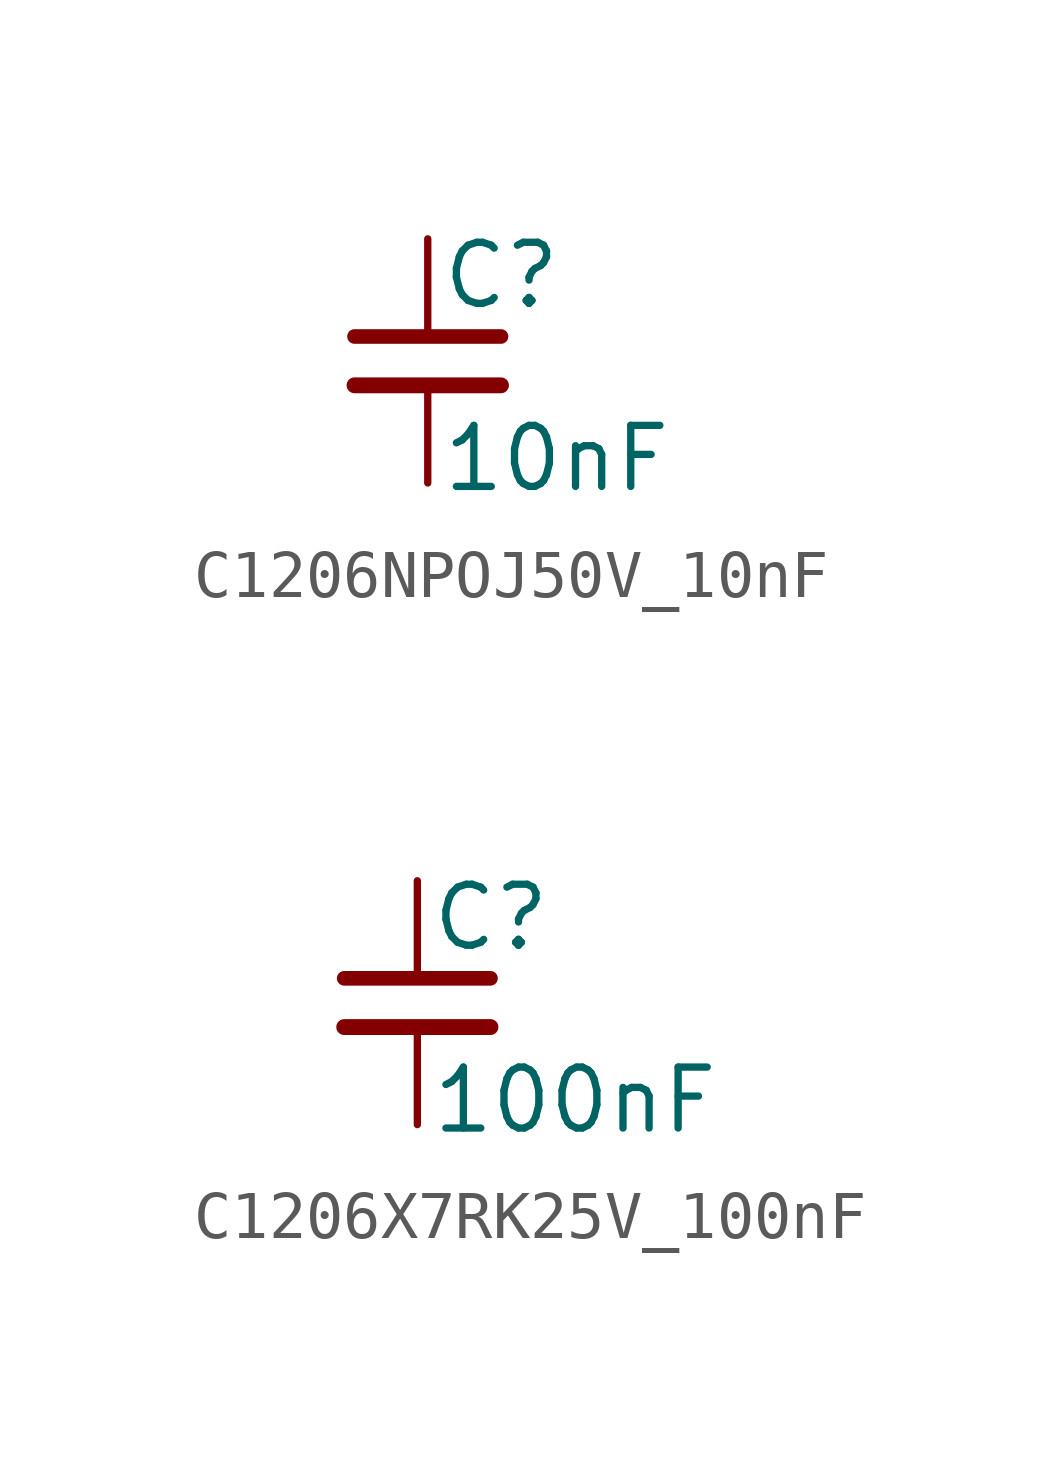
<source format=kicad_sym>
(kicad_symbol_lib
  (version 20220914)
  (generator kicad_symbol_editor)
  (symbol "C1206NPOJ50V_10nF"
    (pin_numbers hide)
    (pin_names
      (offset 0.254) hide)
    (property "Reference" "C"
      (at 0.254 1.778 0)
      (effects (font (size 1.27 1.27)) (justify left)))
    (property "Value" "10nF"
      (at 0.254 -2.032 0)
      (effects (font (size 1.27 1.27)) (justify left)))
    (symbol "C1206NPOJ50V_10nF_0_1"
      (polyline (pts (xy -1.524 -0.508) (xy 1.524 -0.508)) (stroke (width 0.33) (type default)) (fill (type none)))
      (polyline (pts (xy -1.524 0.508) (xy 1.524 0.508)) (stroke (width 0.305) (type default)) (fill (type none))))
    (symbol "C1206NPOJ50V_10nF_1_1"
      (pin passive line (at 0 2.54 270) (length 2.032) (name "~" (effects (font (size 1.27 1.27)))) (number "1" (effects (font (size 1.27 1.27)))))
      (pin passive line (at 0 -2.54 90) (length 2.032) (name "~" (effects (font (size 1.27 1.27)))) (number "2" (effects (font (size 1.27 1.27)))))))
  (symbol "C1206X7RK25V_100nF"
    (pin_numbers hide)
    (pin_names
      (offset 0.254) hide)
    (property "Reference" "C"
      (at 0.254 1.778 0)
      (effects (font (size 1.27 1.27)) (justify left)))
    (property "Value" "100nF"
      (at 0.254 -2.032 0)
      (effects (font (size 1.27 1.27)) (justify left)))
    (symbol "C1206X7RK25V_100nF_0_1"
      (polyline (pts (xy -1.524 -0.508) (xy 1.524 -0.508)) (stroke (width 0.33) (type default)) (fill (type none)))
      (polyline (pts (xy -1.524 0.508) (xy 1.524 0.508)) (stroke (width 0.305) (type default)) (fill (type none))))
    (symbol "C1206X7RK25V_100nF_1_1"
      (pin passive line (at 0 2.54 270) (length 2.032) (name "~" (effects (font (size 1.27 1.27)))) (number "1" (effects (font (size 1.27 1.27)))))
      (pin passive line (at 0 -2.54 90) (length 2.032) (name "~" (effects (font (size 1.27 1.27)))) (number "2" (effects (font (size 1.27 1.27))))))))
</source>
